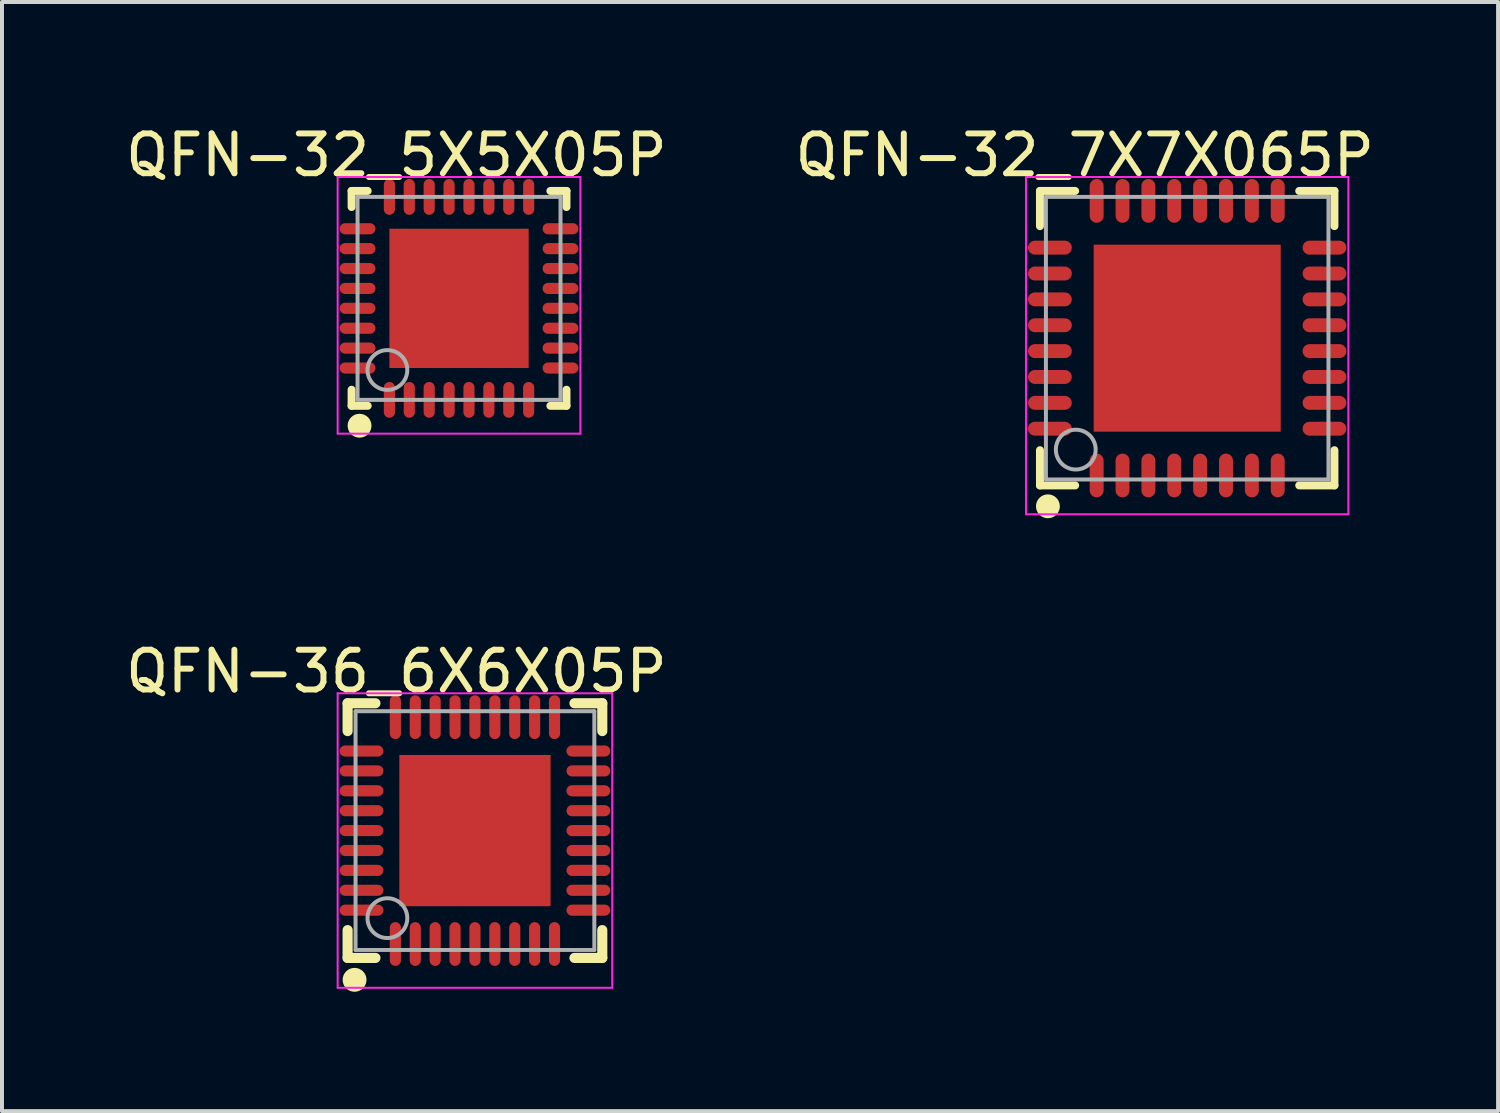
<source format=kicad_pcb>
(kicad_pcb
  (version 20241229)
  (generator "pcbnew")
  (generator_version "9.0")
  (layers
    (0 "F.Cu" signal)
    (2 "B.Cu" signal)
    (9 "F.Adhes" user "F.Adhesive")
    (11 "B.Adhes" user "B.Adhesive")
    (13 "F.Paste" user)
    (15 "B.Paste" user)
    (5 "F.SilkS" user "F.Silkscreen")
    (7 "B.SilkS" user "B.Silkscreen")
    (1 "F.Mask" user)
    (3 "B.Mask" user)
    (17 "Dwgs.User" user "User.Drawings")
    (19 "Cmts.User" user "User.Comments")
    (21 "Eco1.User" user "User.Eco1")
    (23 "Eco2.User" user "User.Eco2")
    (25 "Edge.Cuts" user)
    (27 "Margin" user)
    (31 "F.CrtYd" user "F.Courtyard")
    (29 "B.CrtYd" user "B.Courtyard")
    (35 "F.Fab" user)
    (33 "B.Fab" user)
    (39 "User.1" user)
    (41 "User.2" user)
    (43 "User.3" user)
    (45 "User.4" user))
  (footprint "QFN-32_5X5X05P"
    (layer "F.Cu")
    (at 8.485 4.448)
    (property "Reference" "QFN-32_5X5X05P" (at -1.574 -3.6 0) (layer "F.SilkS") (effects (font (size 1 1) (thickness 0.15))))
    (attr through_hole)
    (fp_line (start -2.7 -2.7) (end -2.295 -2.7) (stroke (width 0.2) (type solid)) (layer "F.SilkS"))
    (fp_line (start -2.7 -2.295) (end -2.7 -2.7) (stroke (width 0.2) (type solid)) (layer "F.SilkS"))
    (fp_line (start -2.7 2.7) (end -2.7 2.295) (stroke (width 0.2) (type solid)) (layer "F.SilkS"))
    (fp_line (start -2.7 2.7) (end -2.295 2.7) (stroke (width 0.2) (type solid)) (layer "F.SilkS"))
    (fp_line (start 2.295 -2.7) (end 2.7 -2.7) (stroke (width 0.2) (type solid)) (layer "F.SilkS"))
    (fp_line (start 2.295 2.7) (end 2.7 2.7) (stroke (width 0.2) (type solid)) (layer "F.SilkS"))
    (fp_line (start 2.7 -2.295) (end 2.7 -2.7) (stroke (width 0.2) (type solid)) (layer "F.SilkS"))
    (fp_line (start 2.7 2.7) (end 2.7 2.295) (stroke (width 0.2) (type solid)) (layer "F.SilkS"))
    (fp_circle (center -2.5 3.2) (end -2.35 3.2) (stroke (width 0.3) (type solid)) (fill no) (layer "F.SilkS"))
    (fp_poly (pts (xy -1.05 -0.55) (xy -0.55 -0.55) (xy -0.55 -1.05) (xy -1.05 -1.05)) (stroke (width 0.15) (type solid)) (fill yes) (layer "F.Paste"))
    (fp_poly (pts (xy -1.05 0.25) (xy -0.55 0.25) (xy -0.55 -0.25) (xy -1.05 -0.25)) (stroke (width 0.15) (type solid)) (fill yes) (layer "F.Paste"))
    (fp_poly (pts (xy -1.05 1.05) (xy -0.55 1.05) (xy -0.55 0.55) (xy -1.05 0.55)) (stroke (width 0.15) (type solid)) (fill yes) (layer "F.Paste"))
    (fp_poly (pts (xy -0.25 -0.55) (xy 0.25 -0.55) (xy 0.25 -1.05) (xy -0.25 -1.05)) (stroke (width 0.15) (type solid)) (fill yes) (layer "F.Paste"))
    (fp_poly (pts (xy -0.25 0.25) (xy 0.25 0.25) (xy 0.25 -0.25) (xy -0.25 -0.25)) (stroke (width 0.15) (type solid)) (fill yes) (layer "F.Paste"))
    (fp_poly (pts (xy -0.25 1.05) (xy 0.25 1.05) (xy 0.25 0.55) (xy -0.25 0.55)) (stroke (width 0.15) (type solid)) (fill yes) (layer "F.Paste"))
    (fp_poly (pts (xy 0.55 -0.55) (xy 1.05 -0.55) (xy 1.05 -1.05) (xy 0.55 -1.05)) (stroke (width 0.15) (type solid)) (fill yes) (layer "F.Paste"))
    (fp_poly (pts (xy 0.55 0.25) (xy 1.05 0.25) (xy 1.05 -0.25) (xy 0.55 -0.25)) (stroke (width 0.15) (type solid)) (fill yes) (layer "F.Paste"))
    (fp_poly (pts (xy 0.55 1.05) (xy 1.05 1.05) (xy 1.05 0.55) (xy 0.55 0.55)) (stroke (width 0.15) (type solid)) (fill yes) (layer "F.Paste"))
    (fp_line (start -3.05 -3.05) (end 3.05 -3.05) (stroke (width 0.05) (type solid)) (layer "F.CrtYd"))
    (fp_line (start -3.05 3.4) (end -3.05 -3.05) (stroke (width 0.05) (type solid)) (layer "F.CrtYd"))
    (fp_line (start 3.05 -3.05) (end 3.05 3.4) (stroke (width 0.05) (type solid)) (layer "F.CrtYd"))
    (fp_line (start 3.05 3.4) (end -3.05 3.4) (stroke (width 0.05) (type solid)) (layer "F.CrtYd"))
    (fp_line (start -2.55 -2.55) (end 2.55 -2.55) (stroke (width 0.1) (type solid)) (layer "F.Fab"))
    (fp_line (start -2.55 2.55) (end -2.55 -2.55) (stroke (width 0.1) (type solid)) (layer "F.Fab"))
    (fp_line (start -2.55 2.55) (end 2.55 2.55) (stroke (width 0.1) (type solid)) (layer "F.Fab"))
    (fp_line (start 2.55 2.55) (end 2.55 -2.55) (stroke (width 0.1) (type solid)) (layer "F.Fab"))
    (fp_circle (center -1.8 1.8) (end -1.3 1.8) (stroke (width 0.1) (type solid)) (fill no) (layer "F.Fab"))
    (pad "0" smd rect (at 0 0 90) (size 3.5 3.5) (layers "F.Cu" "F.Mask" "F.Paste"))
    (pad "1" smd oval (at -1.75 2.55 180) (size 0.28 0.9) (layers "F.Cu" "F.Mask" "F.Paste"))
    (pad "2" smd oval (at -1.25 2.55 180) (size 0.28 0.9) (layers "F.Cu" "F.Mask" "F.Paste"))
    (pad "3" smd oval (at -0.75 2.55 180) (size 0.28 0.9) (layers "F.Cu" "F.Mask" "F.Paste"))
    (pad "4" smd oval (at -0.25 2.55 180) (size 0.28 0.9) (layers "F.Cu" "F.Mask" "F.Paste"))
    (pad "5" smd oval (at 0.25 2.55 180) (size 0.28 0.9) (layers "F.Cu" "F.Mask" "F.Paste"))
    (pad "6" smd oval (at 0.75 2.55 180) (size 0.28 0.9) (layers "F.Cu" "F.Mask" "F.Paste"))
    (pad "7" smd oval (at 1.25 2.55 180) (size 0.28 0.9) (layers "F.Cu" "F.Mask" "F.Paste"))
    (pad "8" smd oval (at 1.75 2.55 180) (size 0.28 0.9) (layers "F.Cu" "F.Mask" "F.Paste"))
    (pad "9" smd oval (at 2.55 1.75 90) (size 0.28 0.9) (layers "F.Cu" "F.Mask" "F.Paste"))
    (pad "10" smd oval (at 2.55 1.25 90) (size 0.28 0.9) (layers "F.Cu" "F.Mask" "F.Paste"))
    (pad "11" smd oval (at 2.55 0.75 90) (size 0.28 0.9) (layers "F.Cu" "F.Mask" "F.Paste"))
    (pad "12" smd oval (at 2.55 0.25 90) (size 0.28 0.9) (layers "F.Cu" "F.Mask" "F.Paste"))
    (pad "13" smd oval (at 2.55 -0.25 90) (size 0.28 0.9) (layers "F.Cu" "F.Mask" "F.Paste"))
    (pad "14" smd oval (at 2.55 -0.75 90) (size 0.28 0.9) (layers "F.Cu" "F.Mask" "F.Paste"))
    (pad "15" smd oval (at 2.55 -1.25 90) (size 0.28 0.9) (layers "F.Cu" "F.Mask" "F.Paste"))
    (pad "16" smd oval (at 2.55 -1.75 90) (size 0.28 0.9) (layers "F.Cu" "F.Mask" "F.Paste"))
    (pad "17" smd oval (at 1.75 -2.55 180) (size 0.28 0.9) (layers "F.Cu" "F.Mask" "F.Paste"))
    (pad "18" smd oval (at 1.25 -2.55 180) (size 0.28 0.9) (layers "F.Cu" "F.Mask" "F.Paste"))
    (pad "19" smd oval (at 0.75 -2.55 180) (size 0.28 0.9) (layers "F.Cu" "F.Mask" "F.Paste"))
    (pad "20" smd oval (at 0.25 -2.55 180) (size 0.28 0.9) (layers "F.Cu" "F.Mask" "F.Paste"))
    (pad "21" smd oval (at -0.25 -2.55 180) (size 0.28 0.9) (layers "F.Cu" "F.Mask" "F.Paste"))
    (pad "22" smd oval (at -0.75 -2.55 180) (size 0.28 0.9) (layers "F.Cu" "F.Mask" "F.Paste"))
    (pad "23" smd oval (at -1.25 -2.55 180) (size 0.28 0.9) (layers "F.Cu" "F.Mask" "F.Paste"))
    (pad "24" smd oval (at -1.75 -2.55 180) (size 0.28 0.9) (layers "F.Cu" "F.Mask" "F.Paste"))
    (pad "25" smd oval (at -2.55 -1.75 90) (size 0.28 0.9) (layers "F.Cu" "F.Mask" "F.Paste"))
    (pad "26" smd oval (at -2.55 -1.25 90) (size 0.28 0.9) (layers "F.Cu" "F.Mask" "F.Paste"))
    (pad "27" smd oval (at -2.55 -0.75 90) (size 0.28 0.9) (layers "F.Cu" "F.Mask" "F.Paste"))
    (pad "28" smd oval (at -2.55 -0.25 90) (size 0.28 0.9) (layers "F.Cu" "F.Mask" "F.Paste"))
    (pad "29" smd oval (at -2.55 0.25 90) (size 0.28 0.9) (layers "F.Cu" "F.Mask" "F.Paste"))
    (pad "30" smd oval (at -2.55 0.75 90) (size 0.28 0.9) (layers "F.Cu" "F.Mask" "F.Paste"))
    (pad "31" smd oval (at -2.55 1.25 90) (size 0.28 0.9) (layers "F.Cu" "F.Mask" "F.Paste"))
    (pad "32" smd oval (at -2.55 1.75 90) (size 0.28 0.9) (layers "F.Cu" "F.Mask" "F.Paste")))
  (footprint "QFN-36_6X6X05P"
    (layer "F.Cu")
    (at 8.885 17.822)
    (property "Reference" "QFN-36_6X6X05P" (at -1.974 -4 0) (layer "F.SilkS") (effects (font (size 1 1) (thickness 0.15))))
    (attr through_hole)
    (fp_line (start -3.2 -3.2) (end -2.5 -3.2) (stroke (width 0.254) (type solid)) (layer "F.SilkS"))
    (fp_line (start -3.2 -2.5) (end -3.2 -3.2) (stroke (width 0.254) (type solid)) (layer "F.SilkS"))
    (fp_line (start -3.2 3.2) (end -3.2 2.5) (stroke (width 0.254) (type solid)) (layer "F.SilkS"))
    (fp_line (start -3.2 3.2) (end -2.5 3.2) (stroke (width 0.254) (type solid)) (layer "F.SilkS"))
    (fp_line (start 2.5 -3.2) (end 3.2 -3.2) (stroke (width 0.254) (type solid)) (layer "F.SilkS"))
    (fp_line (start 2.5 3.2) (end 3.2 3.2) (stroke (width 0.254) (type solid)) (layer "F.SilkS"))
    (fp_line (start 3.2 -2.5) (end 3.2 -3.2) (stroke (width 0.254) (type solid)) (layer "F.SilkS"))
    (fp_line (start 3.2 3.2) (end 3.2 2.5) (stroke (width 0.254) (type solid)) (layer "F.SilkS"))
    (fp_circle (center -3.025 3.75) (end -2.875 3.75) (stroke (width 0.3) (type solid)) (fill no) (layer "F.SilkS"))
    (fp_line (start -3.45 -3.45) (end 3.45 -3.45) (stroke (width 0.05) (type solid)) (layer "F.CrtYd"))
    (fp_line (start -3.45 3.95) (end -3.45 -3.45) (stroke (width 0.05) (type solid)) (layer "F.CrtYd"))
    (fp_line (start 3.45 -3.45) (end 3.45 3.95) (stroke (width 0.05) (type solid)) (layer "F.CrtYd"))
    (fp_line (start 3.45 3.95) (end -3.45 3.95) (stroke (width 0.05) (type solid)) (layer "F.CrtYd"))
    (fp_line (start -3 -3) (end 3 -3) (stroke (width 0.1) (type solid)) (layer "F.Fab"))
    (fp_line (start -3 3) (end -3 -3) (stroke (width 0.1) (type solid)) (layer "F.Fab"))
    (fp_line (start -3 3) (end 3 3) (stroke (width 0.1) (type solid)) (layer "F.Fab"))
    (fp_line (start 3 3) (end 3 -3) (stroke (width 0.1) (type solid)) (layer "F.Fab"))
    (fp_circle (center -2.2 2.2) (end -1.7 2.2) (stroke (width 0.1) (type solid)) (fill no) (layer "F.Fab"))
    (pad "0" smd rect (at 0 0 90) (size 3.8 3.8) (layers "F.Cu" "F.Mask" "F.Paste"))
    (pad "1" smd oval (at -2 2.85) (size 0.28 1.1) (layers "F.Cu" "F.Mask" "F.Paste"))
    (pad "2" smd oval (at -1.5 2.85) (size 0.28 1.1) (layers "F.Cu" "F.Mask" "F.Paste"))
    (pad "3" smd oval (at -1 2.85) (size 0.28 1.1) (layers "F.Cu" "F.Mask" "F.Paste"))
    (pad "4" smd oval (at -0.5 2.85) (size 0.28 1.1) (layers "F.Cu" "F.Mask" "F.Paste"))
    (pad "5" smd oval (at 0 2.85) (size 0.28 1.1) (layers "F.Cu" "F.Mask" "F.Paste"))
    (pad "6" smd oval (at 0.5 2.85) (size 0.28 1.1) (layers "F.Cu" "F.Mask" "F.Paste"))
    (pad "7" smd oval (at 1 2.85) (size 0.28 1.1) (layers "F.Cu" "F.Mask" "F.Paste"))
    (pad "8" smd oval (at 1.5 2.85) (size 0.28 1.1) (layers "F.Cu" "F.Mask" "F.Paste"))
    (pad "9" smd oval (at 2 2.85) (size 0.28 1.1) (layers "F.Cu" "F.Mask" "F.Paste"))
    (pad "10" smd oval (at 2.85 2 90) (size 0.28 1.1) (layers "F.Cu" "F.Mask" "F.Paste"))
    (pad "11" smd oval (at 2.85 1.5 90) (size 0.28 1.1) (layers "F.Cu" "F.Mask" "F.Paste"))
    (pad "12" smd oval (at 2.85 1 90) (size 0.28 1.1) (layers "F.Cu" "F.Mask" "F.Paste"))
    (pad "13" smd oval (at 2.85 0.5 90) (size 0.28 1.1) (layers "F.Cu" "F.Mask" "F.Paste"))
    (pad "14" smd oval (at 2.85 0 90) (size 0.28 1.1) (layers "F.Cu" "F.Mask" "F.Paste"))
    (pad "15" smd oval (at 2.85 -0.5 90) (size 0.28 1.1) (layers "F.Cu" "F.Mask" "F.Paste"))
    (pad "16" smd oval (at 2.85 -1 90) (size 0.28 1.1) (layers "F.Cu" "F.Mask" "F.Paste"))
    (pad "17" smd oval (at 2.85 -1.5 90) (size 0.28 1.1) (layers "F.Cu" "F.Mask" "F.Paste"))
    (pad "18" smd oval (at 2.85 -2 90) (size 0.28 1.1) (layers "F.Cu" "F.Mask" "F.Paste"))
    (pad "19" smd oval (at 2 -2.85 180) (size 0.28 1.1) (layers "F.Cu" "F.Mask" "F.Paste"))
    (pad "20" smd oval (at 1.5 -2.85 180) (size 0.28 1.1) (layers "F.Cu" "F.Mask" "F.Paste"))
    (pad "21" smd oval (at 1 -2.85 180) (size 0.28 1.1) (layers "F.Cu" "F.Mask" "F.Paste"))
    (pad "22" smd oval (at 0.5 -2.85 180) (size 0.28 1.1) (layers "F.Cu" "F.Mask" "F.Paste"))
    (pad "23" smd oval (at 0 -2.85 180) (size 0.28 1.1) (layers "F.Cu" "F.Mask" "F.Paste"))
    (pad "24" smd oval (at -0.5 -2.85 180) (size 0.28 1.1) (layers "F.Cu" "F.Mask" "F.Paste"))
    (pad "25" smd oval (at -1 -2.85 180) (size 0.28 1.1) (layers "F.Cu" "F.Mask" "F.Paste"))
    (pad "26" smd oval (at -1.5 -2.85 180) (size 0.28 1.1) (layers "F.Cu" "F.Mask" "F.Paste"))
    (pad "27" smd oval (at -2 -2.85 180) (size 0.28 1.1) (layers "F.Cu" "F.Mask" "F.Paste"))
    (pad "28" smd oval (at -2.85 -2 270) (size 0.28 1.1) (layers "F.Cu" "F.Mask" "F.Paste"))
    (pad "29" smd oval (at -2.85 -1.5 270) (size 0.28 1.1) (layers "F.Cu" "F.Mask" "F.Paste"))
    (pad "30" smd oval (at -2.85 -1 270) (size 0.28 1.1) (layers "F.Cu" "F.Mask" "F.Paste"))
    (pad "31" smd oval (at -2.85 -0.5 270) (size 0.28 1.1) (layers "F.Cu" "F.Mask" "F.Paste"))
    (pad "32" smd oval (at -2.85 0 270) (size 0.28 1.1) (layers "F.Cu" "F.Mask" "F.Paste"))
    (pad "33" smd oval (at -2.85 0.5 270) (size 0.28 1.1) (layers "F.Cu" "F.Mask" "F.Paste"))
    (pad "34" smd oval (at -2.85 1 270) (size 0.28 1.1) (layers "F.Cu" "F.Mask" "F.Paste"))
    (pad "35" smd oval (at -2.85 1.5 270) (size 0.28 1.1) (layers "F.Cu" "F.Mask" "F.Paste"))
    (pad "36" smd oval (at -2.85 2 270) (size 0.28 1.1) (layers "F.Cu" "F.Mask" "F.Paste")))
  (footprint "QFN-32_7X7X065P"
    (layer "F.Cu")
    (at 26.783 5.448)
    (property "Reference" "QFN-32_7X7X065P" (at -2.574 -4.6 0) (layer "F.SilkS") (effects (font (size 1 1) (thickness 0.15))))
    (attr through_hole)
    (fp_line (start -3.7 -3.7) (end -2.815 -3.7) (stroke (width 0.2) (type solid)) (layer "F.SilkS"))
    (fp_line (start -3.7 -2.815) (end -3.7 -3.7) (stroke (width 0.2) (type solid)) (layer "F.SilkS"))
    (fp_line (start -3.7 3.7) (end -3.7 2.815) (stroke (width 0.2) (type solid)) (layer "F.SilkS"))
    (fp_line (start -3.7 3.7) (end -2.815 3.7) (stroke (width 0.2) (type solid)) (layer "F.SilkS"))
    (fp_line (start 2.815 -3.7) (end 3.7 -3.7) (stroke (width 0.2) (type solid)) (layer "F.SilkS"))
    (fp_line (start 2.815 3.7) (end 3.7 3.7) (stroke (width 0.2) (type solid)) (layer "F.SilkS"))
    (fp_line (start 3.7 -2.815) (end 3.7 -3.7) (stroke (width 0.2) (type solid)) (layer "F.SilkS"))
    (fp_line (start 3.7 3.7) (end 3.7 2.815) (stroke (width 0.2) (type solid)) (layer "F.SilkS"))
    (fp_circle (center -3.5 4.225) (end -3.35 4.225) (stroke (width 0.3) (type solid)) (fill no) (layer "F.SilkS"))
    (fp_poly (pts (xy -1.35 -0.65) (xy -0.65 -0.65) (xy -0.65 -1.35) (xy -1.35 -1.35)) (stroke (width 0.15) (type solid)) (fill yes) (layer "F.Paste"))
    (fp_poly (pts (xy -1.35 0.35) (xy -0.65 0.35) (xy -0.65 -0.35) (xy -1.35 -0.35)) (stroke (width 0.15) (type solid)) (fill yes) (layer "F.Paste"))
    (fp_poly (pts (xy -1.35 1.35) (xy -0.65 1.35) (xy -0.65 0.65) (xy -1.35 0.65)) (stroke (width 0.15) (type solid)) (fill yes) (layer "F.Paste"))
    (fp_poly (pts (xy -0.35 -0.65) (xy 0.35 -0.65) (xy 0.35 -1.35) (xy -0.35 -1.35)) (stroke (width 0.15) (type solid)) (fill yes) (layer "F.Paste"))
    (fp_poly (pts (xy -0.35 0.35) (xy 0.35 0.35) (xy 0.35 -0.35) (xy -0.35 -0.35)) (stroke (width 0.15) (type solid)) (fill yes) (layer "F.Paste"))
    (fp_poly (pts (xy -0.35 1.35) (xy 0.35 1.35) (xy 0.35 0.65) (xy -0.35 0.65)) (stroke (width 0.15) (type solid)) (fill yes) (layer "F.Paste"))
    (fp_poly (pts (xy 0.65 -0.65) (xy 1.35 -0.65) (xy 1.35 -1.35) (xy 0.65 -1.35)) (stroke (width 0.15) (type solid)) (fill yes) (layer "F.Paste"))
    (fp_poly (pts (xy 0.65 0.35) (xy 1.35 0.35) (xy 1.35 -0.35) (xy 0.65 -0.35)) (stroke (width 0.15) (type solid)) (fill yes) (layer "F.Paste"))
    (fp_poly (pts (xy 0.65 1.35) (xy 1.35 1.35) (xy 1.35 0.65) (xy 0.65 0.65)) (stroke (width 0.15) (type solid)) (fill yes) (layer "F.Paste"))
    (fp_line (start -4.05 -4.05) (end 4.05 -4.05) (stroke (width 0.05) (type solid)) (layer "F.CrtYd"))
    (fp_line (start -4.05 4.425) (end -4.05 -4.05) (stroke (width 0.05) (type solid)) (layer "F.CrtYd"))
    (fp_line (start 4.05 -4.05) (end 4.05 4.425) (stroke (width 0.05) (type solid)) (layer "F.CrtYd"))
    (fp_line (start 4.05 4.425) (end -4.05 4.425) (stroke (width 0.05) (type solid)) (layer "F.CrtYd"))
    (fp_line (start -3.55 -3.55) (end 3.55 -3.55) (stroke (width 0.1) (type solid)) (layer "F.Fab"))
    (fp_line (start -3.55 3.55) (end -3.55 -3.55) (stroke (width 0.1) (type solid)) (layer "F.Fab"))
    (fp_line (start -3.55 3.55) (end 3.55 3.55) (stroke (width 0.1) (type solid)) (layer "F.Fab"))
    (fp_line (start 3.55 3.55) (end 3.55 -3.55) (stroke (width 0.1) (type solid)) (layer "F.Fab"))
    (fp_circle (center -2.8 2.8) (end -2.3 2.8) (stroke (width 0.1) (type solid)) (fill no) (layer "F.Fab"))
    (pad "0" smd rect (at 0 0 90) (size 4.7 4.7) (layers "F.Cu" "F.Mask" "F.Paste"))
    (pad "1" smd oval (at -2.275 3.45 180) (size 0.35 1.1) (layers "F.Cu" "F.Mask" "F.Paste"))
    (pad "2" smd oval (at -1.625 3.45 180) (size 0.35 1.1) (layers "F.Cu" "F.Mask" "F.Paste"))
    (pad "3" smd oval (at -0.975 3.45 180) (size 0.35 1.1) (layers "F.Cu" "F.Mask" "F.Paste"))
    (pad "4" smd oval (at -0.325 3.45 180) (size 0.35 1.1) (layers "F.Cu" "F.Mask" "F.Paste"))
    (pad "5" smd oval (at 0.325 3.45 180) (size 0.35 1.1) (layers "F.Cu" "F.Mask" "F.Paste"))
    (pad "6" smd oval (at 0.975 3.45 180) (size 0.35 1.1) (layers "F.Cu" "F.Mask" "F.Paste"))
    (pad "7" smd oval (at 1.625 3.45 180) (size 0.35 1.1) (layers "F.Cu" "F.Mask" "F.Paste"))
    (pad "8" smd oval (at 2.275 3.45 180) (size 0.35 1.1) (layers "F.Cu" "F.Mask" "F.Paste"))
    (pad "9" smd oval (at 3.45 2.275 90) (size 0.35 1.1) (layers "F.Cu" "F.Mask" "F.Paste"))
    (pad "10" smd oval (at 3.45 1.625 90) (size 0.35 1.1) (layers "F.Cu" "F.Mask" "F.Paste"))
    (pad "11" smd oval (at 3.45 0.975 90) (size 0.35 1.1) (layers "F.Cu" "F.Mask" "F.Paste"))
    (pad "12" smd oval (at 3.45 0.325 90) (size 0.35 1.1) (layers "F.Cu" "F.Mask" "F.Paste"))
    (pad "13" smd oval (at 3.45 -0.325 90) (size 0.35 1.1) (layers "F.Cu" "F.Mask" "F.Paste"))
    (pad "14" smd oval (at 3.45 -0.975 90) (size 0.35 1.1) (layers "F.Cu" "F.Mask" "F.Paste"))
    (pad "15" smd oval (at 3.45 -1.625 90) (size 0.35 1.1) (layers "F.Cu" "F.Mask" "F.Paste"))
    (pad "16" smd oval (at 3.45 -2.275 90) (size 0.35 1.1) (layers "F.Cu" "F.Mask" "F.Paste"))
    (pad "17" smd oval (at 2.275 -3.45 180) (size 0.35 1.1) (layers "F.Cu" "F.Mask" "F.Paste"))
    (pad "18" smd oval (at 1.625 -3.45 180) (size 0.35 1.1) (layers "F.Cu" "F.Mask" "F.Paste"))
    (pad "19" smd oval (at 0.975 -3.45 180) (size 0.35 1.1) (layers "F.Cu" "F.Mask" "F.Paste"))
    (pad "20" smd oval (at 0.325 -3.45 180) (size 0.35 1.1) (layers "F.Cu" "F.Mask" "F.Paste"))
    (pad "21" smd oval (at -0.325 -3.45 180) (size 0.35 1.1) (layers "F.Cu" "F.Mask" "F.Paste"))
    (pad "22" smd oval (at -0.975 -3.45 180) (size 0.35 1.1) (layers "F.Cu" "F.Mask" "F.Paste"))
    (pad "23" smd oval (at -1.625 -3.45 180) (size 0.35 1.1) (layers "F.Cu" "F.Mask" "F.Paste"))
    (pad "24" smd oval (at -2.275 -3.45 180) (size 0.35 1.1) (layers "F.Cu" "F.Mask" "F.Paste"))
    (pad "25" smd oval (at -3.45 -2.275 90) (size 0.35 1.1) (layers "F.Cu" "F.Mask" "F.Paste"))
    (pad "26" smd oval (at -3.45 -1.625 90) (size 0.35 1.1) (layers "F.Cu" "F.Mask" "F.Paste"))
    (pad "27" smd oval (at -3.45 -0.975 90) (size 0.35 1.1) (layers "F.Cu" "F.Mask" "F.Paste"))
    (pad "28" smd oval (at -3.45 -0.325 90) (size 0.35 1.1) (layers "F.Cu" "F.Mask" "F.Paste"))
    (pad "29" smd oval (at -3.45 0.325 90) (size 0.35 1.1) (layers "F.Cu" "F.Mask" "F.Paste"))
    (pad "30" smd oval (at -3.45 0.975 90) (size 0.35 1.1) (layers "F.Cu" "F.Mask" "F.Paste"))
    (pad "31" smd oval (at -3.45 1.625 90) (size 0.35 1.1) (layers "F.Cu" "F.Mask" "F.Paste"))
    (pad "32" smd oval (at -3.45 2.275 90) (size 0.35 1.1) (layers "F.Cu" "F.Mask" "F.Paste")))
  (gr_rect
    (start -3 -3)
    (end 34.595 24.872)
    (stroke (width 0.1) (type default))
    (fill no)
    (layer "Edge.Cuts")))
</source>
